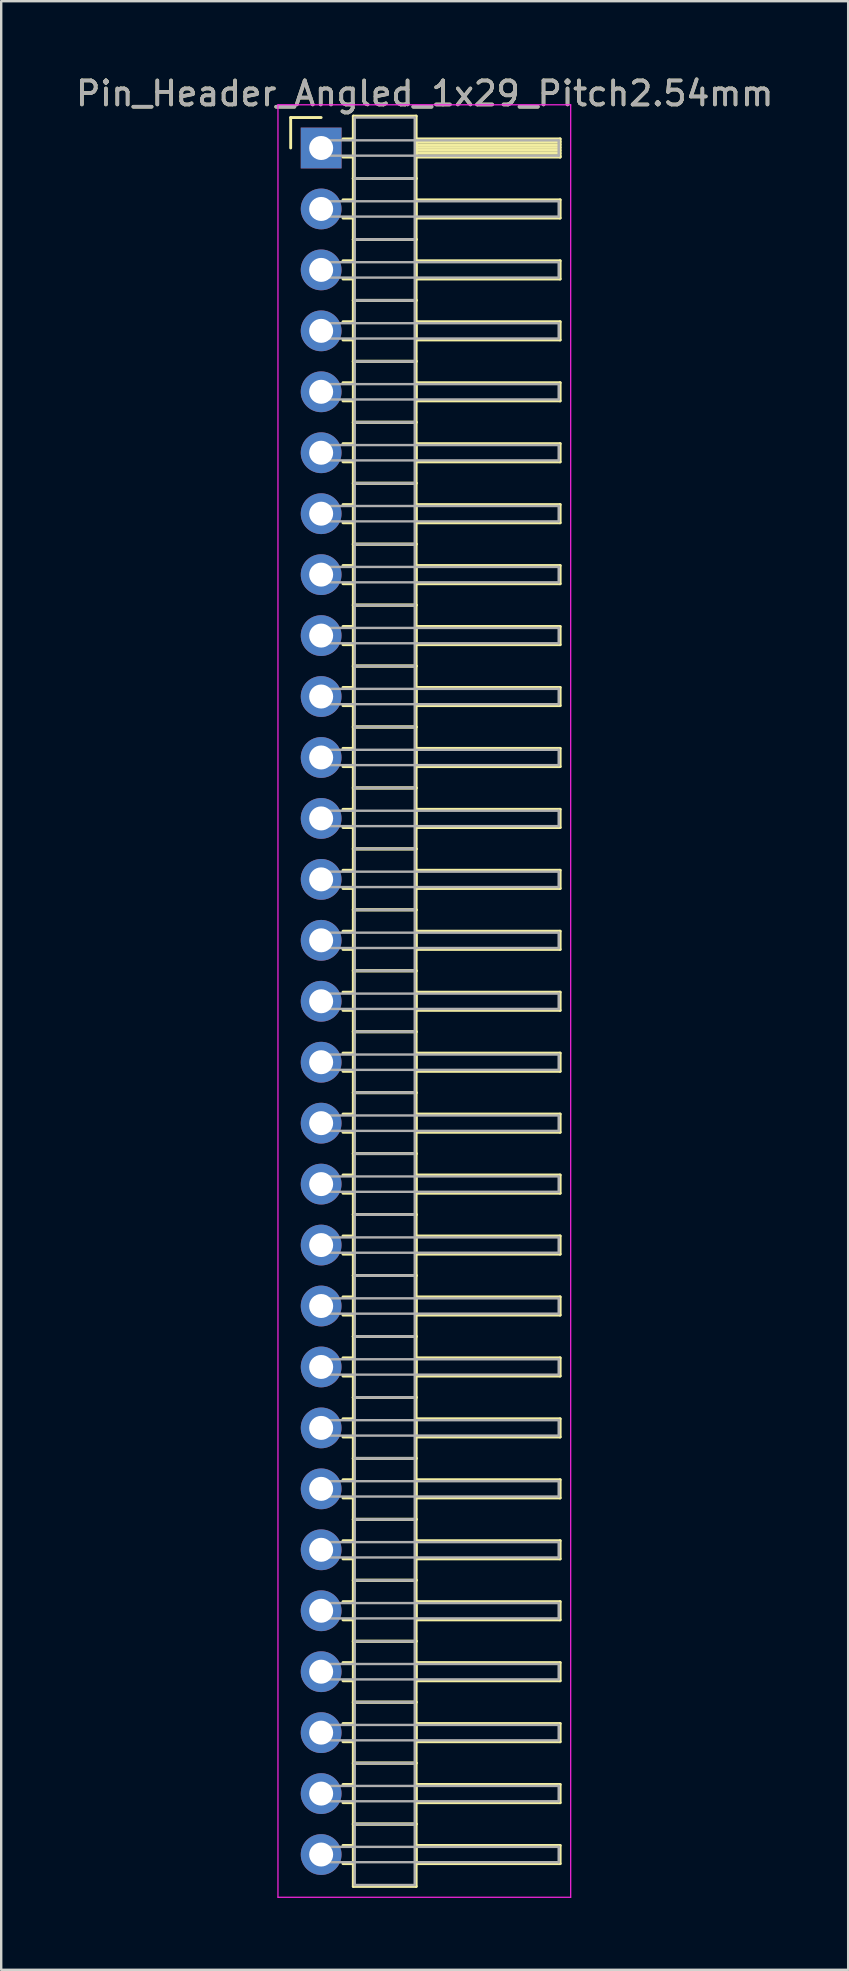
<source format=kicad_pcb>
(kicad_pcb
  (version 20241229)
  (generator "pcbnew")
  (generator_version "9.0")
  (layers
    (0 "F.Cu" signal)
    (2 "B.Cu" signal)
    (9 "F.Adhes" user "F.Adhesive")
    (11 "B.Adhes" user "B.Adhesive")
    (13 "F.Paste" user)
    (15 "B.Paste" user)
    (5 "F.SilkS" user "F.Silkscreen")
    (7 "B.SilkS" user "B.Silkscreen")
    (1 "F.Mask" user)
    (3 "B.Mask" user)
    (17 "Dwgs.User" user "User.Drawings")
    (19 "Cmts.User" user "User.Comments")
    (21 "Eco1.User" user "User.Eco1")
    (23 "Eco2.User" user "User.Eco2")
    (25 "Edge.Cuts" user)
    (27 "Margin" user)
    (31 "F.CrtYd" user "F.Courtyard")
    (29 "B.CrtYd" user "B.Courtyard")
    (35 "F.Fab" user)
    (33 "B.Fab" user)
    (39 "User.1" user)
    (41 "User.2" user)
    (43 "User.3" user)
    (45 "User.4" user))
  (footprint "Pin_Header_Angled_1x29_Pitch2.54mm"
    (layer "F.Cu")
    (at 10.334 3.118)
    (property "Reference" "Pin_Header_Angled_1x29_Pitch2.54mm" (at 4.315 -2.27 0) (layer "F.SilkS") (effects (font (size 1 1) (thickness 0.15))))
    (attr through_hole)
    (fp_line (start -1.27 -1.27) (end 0 -1.27) (stroke (width 0.12) (type solid)) (layer "F.SilkS"))
    (fp_line (start -1.27 0) (end -1.27 -1.27) (stroke (width 0.12) (type solid)) (layer "F.SilkS"))
    (fp_line (start 0.91 -0.38) (end 1.34 -0.38) (stroke (width 0.12) (type solid)) (layer "F.SilkS"))
    (fp_line (start 0.91 0.38) (end 1.34 0.38) (stroke (width 0.12) (type solid)) (layer "F.SilkS"))
    (fp_line (start 0.91 2.16) (end 1.34 2.16) (stroke (width 0.12) (type solid)) (layer "F.SilkS"))
    (fp_line (start 0.91 2.92) (end 1.34 2.92) (stroke (width 0.12) (type solid)) (layer "F.SilkS"))
    (fp_line (start 0.91 4.7) (end 1.34 4.7) (stroke (width 0.12) (type solid)) (layer "F.SilkS"))
    (fp_line (start 0.91 5.46) (end 1.34 5.46) (stroke (width 0.12) (type solid)) (layer "F.SilkS"))
    (fp_line (start 0.91 7.24) (end 1.34 7.24) (stroke (width 0.12) (type solid)) (layer "F.SilkS"))
    (fp_line (start 0.91 8) (end 1.34 8) (stroke (width 0.12) (type solid)) (layer "F.SilkS"))
    (fp_line (start 0.91 9.78) (end 1.34 9.78) (stroke (width 0.12) (type solid)) (layer "F.SilkS"))
    (fp_line (start 0.91 10.54) (end 1.34 10.54) (stroke (width 0.12) (type solid)) (layer "F.SilkS"))
    (fp_line (start 0.91 12.32) (end 1.34 12.32) (stroke (width 0.12) (type solid)) (layer "F.SilkS"))
    (fp_line (start 0.91 13.08) (end 1.34 13.08) (stroke (width 0.12) (type solid)) (layer "F.SilkS"))
    (fp_line (start 0.91 14.86) (end 1.34 14.86) (stroke (width 0.12) (type solid)) (layer "F.SilkS"))
    (fp_line (start 0.91 15.62) (end 1.34 15.62) (stroke (width 0.12) (type solid)) (layer "F.SilkS"))
    (fp_line (start 0.91 17.4) (end 1.34 17.4) (stroke (width 0.12) (type solid)) (layer "F.SilkS"))
    (fp_line (start 0.91 18.16) (end 1.34 18.16) (stroke (width 0.12) (type solid)) (layer "F.SilkS"))
    (fp_line (start 0.91 19.94) (end 1.34 19.94) (stroke (width 0.12) (type solid)) (layer "F.SilkS"))
    (fp_line (start 0.91 20.7) (end 1.34 20.7) (stroke (width 0.12) (type solid)) (layer "F.SilkS"))
    (fp_line (start 0.91 22.48) (end 1.34 22.48) (stroke (width 0.12) (type solid)) (layer "F.SilkS"))
    (fp_line (start 0.91 23.24) (end 1.34 23.24) (stroke (width 0.12) (type solid)) (layer "F.SilkS"))
    (fp_line (start 0.91 25.02) (end 1.34 25.02) (stroke (width 0.12) (type solid)) (layer "F.SilkS"))
    (fp_line (start 0.91 25.78) (end 1.34 25.78) (stroke (width 0.12) (type solid)) (layer "F.SilkS"))
    (fp_line (start 0.91 27.56) (end 1.34 27.56) (stroke (width 0.12) (type solid)) (layer "F.SilkS"))
    (fp_line (start 0.91 28.32) (end 1.34 28.32) (stroke (width 0.12) (type solid)) (layer "F.SilkS"))
    (fp_line (start 0.91 30.1) (end 1.34 30.1) (stroke (width 0.12) (type solid)) (layer "F.SilkS"))
    (fp_line (start 0.91 30.86) (end 1.34 30.86) (stroke (width 0.12) (type solid)) (layer "F.SilkS"))
    (fp_line (start 0.91 32.64) (end 1.34 32.64) (stroke (width 0.12) (type solid)) (layer "F.SilkS"))
    (fp_line (start 0.91 33.4) (end 1.34 33.4) (stroke (width 0.12) (type solid)) (layer "F.SilkS"))
    (fp_line (start 0.91 35.18) (end 1.34 35.18) (stroke (width 0.12) (type solid)) (layer "F.SilkS"))
    (fp_line (start 0.91 35.94) (end 1.34 35.94) (stroke (width 0.12) (type solid)) (layer "F.SilkS"))
    (fp_line (start 0.91 37.72) (end 1.34 37.72) (stroke (width 0.12) (type solid)) (layer "F.SilkS"))
    (fp_line (start 0.91 38.48) (end 1.34 38.48) (stroke (width 0.12) (type solid)) (layer "F.SilkS"))
    (fp_line (start 0.91 40.26) (end 1.34 40.26) (stroke (width 0.12) (type solid)) (layer "F.SilkS"))
    (fp_line (start 0.91 41.02) (end 1.34 41.02) (stroke (width 0.12) (type solid)) (layer "F.SilkS"))
    (fp_line (start 0.91 42.8) (end 1.34 42.8) (stroke (width 0.12) (type solid)) (layer "F.SilkS"))
    (fp_line (start 0.91 43.56) (end 1.34 43.56) (stroke (width 0.12) (type solid)) (layer "F.SilkS"))
    (fp_line (start 0.91 45.34) (end 1.34 45.34) (stroke (width 0.12) (type solid)) (layer "F.SilkS"))
    (fp_line (start 0.91 46.1) (end 1.34 46.1) (stroke (width 0.12) (type solid)) (layer "F.SilkS"))
    (fp_line (start 0.91 47.88) (end 1.34 47.88) (stroke (width 0.12) (type solid)) (layer "F.SilkS"))
    (fp_line (start 0.91 48.64) (end 1.34 48.64) (stroke (width 0.12) (type solid)) (layer "F.SilkS"))
    (fp_line (start 0.91 50.42) (end 1.34 50.42) (stroke (width 0.12) (type solid)) (layer "F.SilkS"))
    (fp_line (start 0.91 51.18) (end 1.34 51.18) (stroke (width 0.12) (type solid)) (layer "F.SilkS"))
    (fp_line (start 0.91 52.96) (end 1.34 52.96) (stroke (width 0.12) (type solid)) (layer "F.SilkS"))
    (fp_line (start 0.91 53.72) (end 1.34 53.72) (stroke (width 0.12) (type solid)) (layer "F.SilkS"))
    (fp_line (start 0.91 55.5) (end 1.34 55.5) (stroke (width 0.12) (type solid)) (layer "F.SilkS"))
    (fp_line (start 0.91 56.26) (end 1.34 56.26) (stroke (width 0.12) (type solid)) (layer "F.SilkS"))
    (fp_line (start 0.91 58.04) (end 1.34 58.04) (stroke (width 0.12) (type solid)) (layer "F.SilkS"))
    (fp_line (start 0.91 58.8) (end 1.34 58.8) (stroke (width 0.12) (type solid)) (layer "F.SilkS"))
    (fp_line (start 0.91 60.58) (end 1.34 60.58) (stroke (width 0.12) (type solid)) (layer "F.SilkS"))
    (fp_line (start 0.91 61.34) (end 1.34 61.34) (stroke (width 0.12) (type solid)) (layer "F.SilkS"))
    (fp_line (start 0.91 63.12) (end 1.34 63.12) (stroke (width 0.12) (type solid)) (layer "F.SilkS"))
    (fp_line (start 0.91 63.88) (end 1.34 63.88) (stroke (width 0.12) (type solid)) (layer "F.SilkS"))
    (fp_line (start 0.91 65.66) (end 1.34 65.66) (stroke (width 0.12) (type solid)) (layer "F.SilkS"))
    (fp_line (start 0.91 66.42) (end 1.34 66.42) (stroke (width 0.12) (type solid)) (layer "F.SilkS"))
    (fp_line (start 0.91 68.2) (end 1.34 68.2) (stroke (width 0.12) (type solid)) (layer "F.SilkS"))
    (fp_line (start 0.91 68.96) (end 1.34 68.96) (stroke (width 0.12) (type solid)) (layer "F.SilkS"))
    (fp_line (start 0.91 70.74) (end 1.34 70.74) (stroke (width 0.12) (type solid)) (layer "F.SilkS"))
    (fp_line (start 0.91 71.5) (end 1.34 71.5) (stroke (width 0.12) (type solid)) (layer "F.SilkS"))
    (fp_line (start 1.34 -1.33) (end 1.34 1.27) (stroke (width 0.12) (type solid)) (layer "F.SilkS"))
    (fp_line (start 1.34 1.27) (end 1.34 3.81) (stroke (width 0.12) (type solid)) (layer "F.SilkS"))
    (fp_line (start 1.34 1.27) (end 3.96 1.27) (stroke (width 0.12) (type solid)) (layer "F.SilkS"))
    (fp_line (start 1.34 3.81) (end 1.34 6.35) (stroke (width 0.12) (type solid)) (layer "F.SilkS"))
    (fp_line (start 1.34 3.81) (end 3.96 3.81) (stroke (width 0.12) (type solid)) (layer "F.SilkS"))
    (fp_line (start 1.34 6.35) (end 1.34 8.89) (stroke (width 0.12) (type solid)) (layer "F.SilkS"))
    (fp_line (start 1.34 6.35) (end 3.96 6.35) (stroke (width 0.12) (type solid)) (layer "F.SilkS"))
    (fp_line (start 1.34 8.89) (end 1.34 11.43) (stroke (width 0.12) (type solid)) (layer "F.SilkS"))
    (fp_line (start 1.34 8.89) (end 3.96 8.89) (stroke (width 0.12) (type solid)) (layer "F.SilkS"))
    (fp_line (start 1.34 11.43) (end 1.34 13.97) (stroke (width 0.12) (type solid)) (layer "F.SilkS"))
    (fp_line (start 1.34 11.43) (end 3.96 11.43) (stroke (width 0.12) (type solid)) (layer "F.SilkS"))
    (fp_line (start 1.34 13.97) (end 1.34 16.51) (stroke (width 0.12) (type solid)) (layer "F.SilkS"))
    (fp_line (start 1.34 13.97) (end 3.96 13.97) (stroke (width 0.12) (type solid)) (layer "F.SilkS"))
    (fp_line (start 1.34 16.51) (end 1.34 19.05) (stroke (width 0.12) (type solid)) (layer "F.SilkS"))
    (fp_line (start 1.34 16.51) (end 3.96 16.51) (stroke (width 0.12) (type solid)) (layer "F.SilkS"))
    (fp_line (start 1.34 19.05) (end 1.34 21.59) (stroke (width 0.12) (type solid)) (layer "F.SilkS"))
    (fp_line (start 1.34 19.05) (end 3.96 19.05) (stroke (width 0.12) (type solid)) (layer "F.SilkS"))
    (fp_line (start 1.34 21.59) (end 1.34 24.13) (stroke (width 0.12) (type solid)) (layer "F.SilkS"))
    (fp_line (start 1.34 21.59) (end 3.96 21.59) (stroke (width 0.12) (type solid)) (layer "F.SilkS"))
    (fp_line (start 1.34 24.13) (end 1.34 26.67) (stroke (width 0.12) (type solid)) (layer "F.SilkS"))
    (fp_line (start 1.34 24.13) (end 3.96 24.13) (stroke (width 0.12) (type solid)) (layer "F.SilkS"))
    (fp_line (start 1.34 26.67) (end 1.34 29.21) (stroke (width 0.12) (type solid)) (layer "F.SilkS"))
    (fp_line (start 1.34 26.67) (end 3.96 26.67) (stroke (width 0.12) (type solid)) (layer "F.SilkS"))
    (fp_line (start 1.34 29.21) (end 1.34 31.75) (stroke (width 0.12) (type solid)) (layer "F.SilkS"))
    (fp_line (start 1.34 29.21) (end 3.96 29.21) (stroke (width 0.12) (type solid)) (layer "F.SilkS"))
    (fp_line (start 1.34 31.75) (end 1.34 34.29) (stroke (width 0.12) (type solid)) (layer "F.SilkS"))
    (fp_line (start 1.34 31.75) (end 3.96 31.75) (stroke (width 0.12) (type solid)) (layer "F.SilkS"))
    (fp_line (start 1.34 34.29) (end 1.34 36.83) (stroke (width 0.12) (type solid)) (layer "F.SilkS"))
    (fp_line (start 1.34 34.29) (end 3.96 34.29) (stroke (width 0.12) (type solid)) (layer "F.SilkS"))
    (fp_line (start 1.34 36.83) (end 1.34 39.37) (stroke (width 0.12) (type solid)) (layer "F.SilkS"))
    (fp_line (start 1.34 36.83) (end 3.96 36.83) (stroke (width 0.12) (type solid)) (layer "F.SilkS"))
    (fp_line (start 1.34 39.37) (end 1.34 41.91) (stroke (width 0.12) (type solid)) (layer "F.SilkS"))
    (fp_line (start 1.34 39.37) (end 3.96 39.37) (stroke (width 0.12) (type solid)) (layer "F.SilkS"))
    (fp_line (start 1.34 41.91) (end 1.34 44.45) (stroke (width 0.12) (type solid)) (layer "F.SilkS"))
    (fp_line (start 1.34 41.91) (end 3.96 41.91) (stroke (width 0.12) (type solid)) (layer "F.SilkS"))
    (fp_line (start 1.34 44.45) (end 1.34 46.99) (stroke (width 0.12) (type solid)) (layer "F.SilkS"))
    (fp_line (start 1.34 44.45) (end 3.96 44.45) (stroke (width 0.12) (type solid)) (layer "F.SilkS"))
    (fp_line (start 1.34 46.99) (end 1.34 49.53) (stroke (width 0.12) (type solid)) (layer "F.SilkS"))
    (fp_line (start 1.34 46.99) (end 3.96 46.99) (stroke (width 0.12) (type solid)) (layer "F.SilkS"))
    (fp_line (start 1.34 49.53) (end 1.34 52.07) (stroke (width 0.12) (type solid)) (layer "F.SilkS"))
    (fp_line (start 1.34 49.53) (end 3.96 49.53) (stroke (width 0.12) (type solid)) (layer "F.SilkS"))
    (fp_line (start 1.34 52.07) (end 1.34 54.61) (stroke (width 0.12) (type solid)) (layer "F.SilkS"))
    (fp_line (start 1.34 52.07) (end 3.96 52.07) (stroke (width 0.12) (type solid)) (layer "F.SilkS"))
    (fp_line (start 1.34 54.61) (end 1.34 57.15) (stroke (width 0.12) (type solid)) (layer "F.SilkS"))
    (fp_line (start 1.34 54.61) (end 3.96 54.61) (stroke (width 0.12) (type solid)) (layer "F.SilkS"))
    (fp_line (start 1.34 57.15) (end 1.34 59.69) (stroke (width 0.12) (type solid)) (layer "F.SilkS"))
    (fp_line (start 1.34 57.15) (end 3.96 57.15) (stroke (width 0.12) (type solid)) (layer "F.SilkS"))
    (fp_line (start 1.34 59.69) (end 1.34 62.23) (stroke (width 0.12) (type solid)) (layer "F.SilkS"))
    (fp_line (start 1.34 59.69) (end 3.96 59.69) (stroke (width 0.12) (type solid)) (layer "F.SilkS"))
    (fp_line (start 1.34 62.23) (end 1.34 64.77) (stroke (width 0.12) (type solid)) (layer "F.SilkS"))
    (fp_line (start 1.34 62.23) (end 3.96 62.23) (stroke (width 0.12) (type solid)) (layer "F.SilkS"))
    (fp_line (start 1.34 64.77) (end 1.34 67.31) (stroke (width 0.12) (type solid)) (layer "F.SilkS"))
    (fp_line (start 1.34 64.77) (end 3.96 64.77) (stroke (width 0.12) (type solid)) (layer "F.SilkS"))
    (fp_line (start 1.34 67.31) (end 1.34 69.85) (stroke (width 0.12) (type solid)) (layer "F.SilkS"))
    (fp_line (start 1.34 67.31) (end 3.96 67.31) (stroke (width 0.12) (type solid)) (layer "F.SilkS"))
    (fp_line (start 1.34 69.85) (end 1.34 72.45) (stroke (width 0.12) (type solid)) (layer "F.SilkS"))
    (fp_line (start 1.34 69.85) (end 3.96 69.85) (stroke (width 0.12) (type solid)) (layer "F.SilkS"))
    (fp_line (start 1.34 72.45) (end 3.96 72.45) (stroke (width 0.12) (type solid)) (layer "F.SilkS"))
    (fp_line (start 3.96 -1.33) (end 1.34 -1.33) (stroke (width 0.12) (type solid)) (layer "F.SilkS"))
    (fp_line (start 3.96 -0.38) (end 3.96 0.38) (stroke (width 0.12) (type solid)) (layer "F.SilkS"))
    (fp_line (start 3.96 -0.26) (end 9.96 -0.26) (stroke (width 0.12) (type solid)) (layer "F.SilkS"))
    (fp_line (start 3.96 -0.14) (end 9.96 -0.14) (stroke (width 0.12) (type solid)) (layer "F.SilkS"))
    (fp_line (start 3.96 -0.02) (end 9.96 -0.02) (stroke (width 0.12) (type solid)) (layer "F.SilkS"))
    (fp_line (start 3.96 0.1) (end 9.96 0.1) (stroke (width 0.12) (type solid)) (layer "F.SilkS"))
    (fp_line (start 3.96 0.22) (end 9.96 0.22) (stroke (width 0.12) (type solid)) (layer "F.SilkS"))
    (fp_line (start 3.96 0.34) (end 9.96 0.34) (stroke (width 0.12) (type solid)) (layer "F.SilkS"))
    (fp_line (start 3.96 0.38) (end 9.96 0.38) (stroke (width 0.12) (type solid)) (layer "F.SilkS"))
    (fp_line (start 3.96 1.27) (end 1.34 1.27) (stroke (width 0.12) (type solid)) (layer "F.SilkS"))
    (fp_line (start 3.96 1.27) (end 3.96 -1.33) (stroke (width 0.12) (type solid)) (layer "F.SilkS"))
    (fp_line (start 3.96 2.16) (end 3.96 2.92) (stroke (width 0.12) (type solid)) (layer "F.SilkS"))
    (fp_line (start 3.96 2.92) (end 9.96 2.92) (stroke (width 0.12) (type solid)) (layer "F.SilkS"))
    (fp_line (start 3.96 3.81) (end 1.34 3.81) (stroke (width 0.12) (type solid)) (layer "F.SilkS"))
    (fp_line (start 3.96 3.81) (end 3.96 1.27) (stroke (width 0.12) (type solid)) (layer "F.SilkS"))
    (fp_line (start 3.96 4.7) (end 3.96 5.46) (stroke (width 0.12) (type solid)) (layer "F.SilkS"))
    (fp_line (start 3.96 5.46) (end 9.96 5.46) (stroke (width 0.12) (type solid)) (layer "F.SilkS"))
    (fp_line (start 3.96 6.35) (end 1.34 6.35) (stroke (width 0.12) (type solid)) (layer "F.SilkS"))
    (fp_line (start 3.96 6.35) (end 3.96 3.81) (stroke (width 0.12) (type solid)) (layer "F.SilkS"))
    (fp_line (start 3.96 7.24) (end 3.96 8) (stroke (width 0.12) (type solid)) (layer "F.SilkS"))
    (fp_line (start 3.96 8) (end 9.96 8) (stroke (width 0.12) (type solid)) (layer "F.SilkS"))
    (fp_line (start 3.96 8.89) (end 1.34 8.89) (stroke (width 0.12) (type solid)) (layer "F.SilkS"))
    (fp_line (start 3.96 8.89) (end 3.96 6.35) (stroke (width 0.12) (type solid)) (layer "F.SilkS"))
    (fp_line (start 3.96 9.78) (end 3.96 10.54) (stroke (width 0.12) (type solid)) (layer "F.SilkS"))
    (fp_line (start 3.96 10.54) (end 9.96 10.54) (stroke (width 0.12) (type solid)) (layer "F.SilkS"))
    (fp_line (start 3.96 11.43) (end 1.34 11.43) (stroke (width 0.12) (type solid)) (layer "F.SilkS"))
    (fp_line (start 3.96 11.43) (end 3.96 8.89) (stroke (width 0.12) (type solid)) (layer "F.SilkS"))
    (fp_line (start 3.96 12.32) (end 3.96 13.08) (stroke (width 0.12) (type solid)) (layer "F.SilkS"))
    (fp_line (start 3.96 13.08) (end 9.96 13.08) (stroke (width 0.12) (type solid)) (layer "F.SilkS"))
    (fp_line (start 3.96 13.97) (end 1.34 13.97) (stroke (width 0.12) (type solid)) (layer "F.SilkS"))
    (fp_line (start 3.96 13.97) (end 3.96 11.43) (stroke (width 0.12) (type solid)) (layer "F.SilkS"))
    (fp_line (start 3.96 14.86) (end 3.96 15.62) (stroke (width 0.12) (type solid)) (layer "F.SilkS"))
    (fp_line (start 3.96 15.62) (end 9.96 15.62) (stroke (width 0.12) (type solid)) (layer "F.SilkS"))
    (fp_line (start 3.96 16.51) (end 1.34 16.51) (stroke (width 0.12) (type solid)) (layer "F.SilkS"))
    (fp_line (start 3.96 16.51) (end 3.96 13.97) (stroke (width 0.12) (type solid)) (layer "F.SilkS"))
    (fp_line (start 3.96 17.4) (end 3.96 18.16) (stroke (width 0.12) (type solid)) (layer "F.SilkS"))
    (fp_line (start 3.96 18.16) (end 9.96 18.16) (stroke (width 0.12) (type solid)) (layer "F.SilkS"))
    (fp_line (start 3.96 19.05) (end 1.34 19.05) (stroke (width 0.12) (type solid)) (layer "F.SilkS"))
    (fp_line (start 3.96 19.05) (end 3.96 16.51) (stroke (width 0.12) (type solid)) (layer "F.SilkS"))
    (fp_line (start 3.96 19.94) (end 3.96 20.7) (stroke (width 0.12) (type solid)) (layer "F.SilkS"))
    (fp_line (start 3.96 20.7) (end 9.96 20.7) (stroke (width 0.12) (type solid)) (layer "F.SilkS"))
    (fp_line (start 3.96 21.59) (end 1.34 21.59) (stroke (width 0.12) (type solid)) (layer "F.SilkS"))
    (fp_line (start 3.96 21.59) (end 3.96 19.05) (stroke (width 0.12) (type solid)) (layer "F.SilkS"))
    (fp_line (start 3.96 22.48) (end 3.96 23.24) (stroke (width 0.12) (type solid)) (layer "F.SilkS"))
    (fp_line (start 3.96 23.24) (end 9.96 23.24) (stroke (width 0.12) (type solid)) (layer "F.SilkS"))
    (fp_line (start 3.96 24.13) (end 1.34 24.13) (stroke (width 0.12) (type solid)) (layer "F.SilkS"))
    (fp_line (start 3.96 24.13) (end 3.96 21.59) (stroke (width 0.12) (type solid)) (layer "F.SilkS"))
    (fp_line (start 3.96 25.02) (end 3.96 25.78) (stroke (width 0.12) (type solid)) (layer "F.SilkS"))
    (fp_line (start 3.96 25.78) (end 9.96 25.78) (stroke (width 0.12) (type solid)) (layer "F.SilkS"))
    (fp_line (start 3.96 26.67) (end 1.34 26.67) (stroke (width 0.12) (type solid)) (layer "F.SilkS"))
    (fp_line (start 3.96 26.67) (end 3.96 24.13) (stroke (width 0.12) (type solid)) (layer "F.SilkS"))
    (fp_line (start 3.96 27.56) (end 3.96 28.32) (stroke (width 0.12) (type solid)) (layer "F.SilkS"))
    (fp_line (start 3.96 28.32) (end 9.96 28.32) (stroke (width 0.12) (type solid)) (layer "F.SilkS"))
    (fp_line (start 3.96 29.21) (end 1.34 29.21) (stroke (width 0.12) (type solid)) (layer "F.SilkS"))
    (fp_line (start 3.96 29.21) (end 3.96 26.67) (stroke (width 0.12) (type solid)) (layer "F.SilkS"))
    (fp_line (start 3.96 30.1) (end 3.96 30.86) (stroke (width 0.12) (type solid)) (layer "F.SilkS"))
    (fp_line (start 3.96 30.86) (end 9.96 30.86) (stroke (width 0.12) (type solid)) (layer "F.SilkS"))
    (fp_line (start 3.96 31.75) (end 1.34 31.75) (stroke (width 0.12) (type solid)) (layer "F.SilkS"))
    (fp_line (start 3.96 31.75) (end 3.96 29.21) (stroke (width 0.12) (type solid)) (layer "F.SilkS"))
    (fp_line (start 3.96 32.64) (end 3.96 33.4) (stroke (width 0.12) (type solid)) (layer "F.SilkS"))
    (fp_line (start 3.96 33.4) (end 9.96 33.4) (stroke (width 0.12) (type solid)) (layer "F.SilkS"))
    (fp_line (start 3.96 34.29) (end 1.34 34.29) (stroke (width 0.12) (type solid)) (layer "F.SilkS"))
    (fp_line (start 3.96 34.29) (end 3.96 31.75) (stroke (width 0.12) (type solid)) (layer "F.SilkS"))
    (fp_line (start 3.96 35.18) (end 3.96 35.94) (stroke (width 0.12) (type solid)) (layer "F.SilkS"))
    (fp_line (start 3.96 35.94) (end 9.96 35.94) (stroke (width 0.12) (type solid)) (layer "F.SilkS"))
    (fp_line (start 3.96 36.83) (end 1.34 36.83) (stroke (width 0.12) (type solid)) (layer "F.SilkS"))
    (fp_line (start 3.96 36.83) (end 3.96 34.29) (stroke (width 0.12) (type solid)) (layer "F.SilkS"))
    (fp_line (start 3.96 37.72) (end 3.96 38.48) (stroke (width 0.12) (type solid)) (layer "F.SilkS"))
    (fp_line (start 3.96 38.48) (end 9.96 38.48) (stroke (width 0.12) (type solid)) (layer "F.SilkS"))
    (fp_line (start 3.96 39.37) (end 1.34 39.37) (stroke (width 0.12) (type solid)) (layer "F.SilkS"))
    (fp_line (start 3.96 39.37) (end 3.96 36.83) (stroke (width 0.12) (type solid)) (layer "F.SilkS"))
    (fp_line (start 3.96 40.26) (end 3.96 41.02) (stroke (width 0.12) (type solid)) (layer "F.SilkS"))
    (fp_line (start 3.96 41.02) (end 9.96 41.02) (stroke (width 0.12) (type solid)) (layer "F.SilkS"))
    (fp_line (start 3.96 41.91) (end 1.34 41.91) (stroke (width 0.12) (type solid)) (layer "F.SilkS"))
    (fp_line (start 3.96 41.91) (end 3.96 39.37) (stroke (width 0.12) (type solid)) (layer "F.SilkS"))
    (fp_line (start 3.96 42.8) (end 3.96 43.56) (stroke (width 0.12) (type solid)) (layer "F.SilkS"))
    (fp_line (start 3.96 43.56) (end 9.96 43.56) (stroke (width 0.12) (type solid)) (layer "F.SilkS"))
    (fp_line (start 3.96 44.45) (end 1.34 44.45) (stroke (width 0.12) (type solid)) (layer "F.SilkS"))
    (fp_line (start 3.96 44.45) (end 3.96 41.91) (stroke (width 0.12) (type solid)) (layer "F.SilkS"))
    (fp_line (start 3.96 45.34) (end 3.96 46.1) (stroke (width 0.12) (type solid)) (layer "F.SilkS"))
    (fp_line (start 3.96 46.1) (end 9.96 46.1) (stroke (width 0.12) (type solid)) (layer "F.SilkS"))
    (fp_line (start 3.96 46.99) (end 1.34 46.99) (stroke (width 0.12) (type solid)) (layer "F.SilkS"))
    (fp_line (start 3.96 46.99) (end 3.96 44.45) (stroke (width 0.12) (type solid)) (layer "F.SilkS"))
    (fp_line (start 3.96 47.88) (end 3.96 48.64) (stroke (width 0.12) (type solid)) (layer "F.SilkS"))
    (fp_line (start 3.96 48.64) (end 9.96 48.64) (stroke (width 0.12) (type solid)) (layer "F.SilkS"))
    (fp_line (start 3.96 49.53) (end 1.34 49.53) (stroke (width 0.12) (type solid)) (layer "F.SilkS"))
    (fp_line (start 3.96 49.53) (end 3.96 46.99) (stroke (width 0.12) (type solid)) (layer "F.SilkS"))
    (fp_line (start 3.96 50.42) (end 3.96 51.18) (stroke (width 0.12) (type solid)) (layer "F.SilkS"))
    (fp_line (start 3.96 51.18) (end 9.96 51.18) (stroke (width 0.12) (type solid)) (layer "F.SilkS"))
    (fp_line (start 3.96 52.07) (end 1.34 52.07) (stroke (width 0.12) (type solid)) (layer "F.SilkS"))
    (fp_line (start 3.96 52.07) (end 3.96 49.53) (stroke (width 0.12) (type solid)) (layer "F.SilkS"))
    (fp_line (start 3.96 52.96) (end 3.96 53.72) (stroke (width 0.12) (type solid)) (layer "F.SilkS"))
    (fp_line (start 3.96 53.72) (end 9.96 53.72) (stroke (width 0.12) (type solid)) (layer "F.SilkS"))
    (fp_line (start 3.96 54.61) (end 1.34 54.61) (stroke (width 0.12) (type solid)) (layer "F.SilkS"))
    (fp_line (start 3.96 54.61) (end 3.96 52.07) (stroke (width 0.12) (type solid)) (layer "F.SilkS"))
    (fp_line (start 3.96 55.5) (end 3.96 56.26) (stroke (width 0.12) (type solid)) (layer "F.SilkS"))
    (fp_line (start 3.96 56.26) (end 9.96 56.26) (stroke (width 0.12) (type solid)) (layer "F.SilkS"))
    (fp_line (start 3.96 57.15) (end 1.34 57.15) (stroke (width 0.12) (type solid)) (layer "F.SilkS"))
    (fp_line (start 3.96 57.15) (end 3.96 54.61) (stroke (width 0.12) (type solid)) (layer "F.SilkS"))
    (fp_line (start 3.96 58.04) (end 3.96 58.8) (stroke (width 0.12) (type solid)) (layer "F.SilkS"))
    (fp_line (start 3.96 58.8) (end 9.96 58.8) (stroke (width 0.12) (type solid)) (layer "F.SilkS"))
    (fp_line (start 3.96 59.69) (end 1.34 59.69) (stroke (width 0.12) (type solid)) (layer "F.SilkS"))
    (fp_line (start 3.96 59.69) (end 3.96 57.15) (stroke (width 0.12) (type solid)) (layer "F.SilkS"))
    (fp_line (start 3.96 60.58) (end 3.96 61.34) (stroke (width 0.12) (type solid)) (layer "F.SilkS"))
    (fp_line (start 3.96 61.34) (end 9.96 61.34) (stroke (width 0.12) (type solid)) (layer "F.SilkS"))
    (fp_line (start 3.96 62.23) (end 1.34 62.23) (stroke (width 0.12) (type solid)) (layer "F.SilkS"))
    (fp_line (start 3.96 62.23) (end 3.96 59.69) (stroke (width 0.12) (type solid)) (layer "F.SilkS"))
    (fp_line (start 3.96 63.12) (end 3.96 63.88) (stroke (width 0.12) (type solid)) (layer "F.SilkS"))
    (fp_line (start 3.96 63.88) (end 9.96 63.88) (stroke (width 0.12) (type solid)) (layer "F.SilkS"))
    (fp_line (start 3.96 64.77) (end 1.34 64.77) (stroke (width 0.12) (type solid)) (layer "F.SilkS"))
    (fp_line (start 3.96 64.77) (end 3.96 62.23) (stroke (width 0.12) (type solid)) (layer "F.SilkS"))
    (fp_line (start 3.96 65.66) (end 3.96 66.42) (stroke (width 0.12) (type solid)) (layer "F.SilkS"))
    (fp_line (start 3.96 66.42) (end 9.96 66.42) (stroke (width 0.12) (type solid)) (layer "F.SilkS"))
    (fp_line (start 3.96 67.31) (end 1.34 67.31) (stroke (width 0.12) (type solid)) (layer "F.SilkS"))
    (fp_line (start 3.96 67.31) (end 3.96 64.77) (stroke (width 0.12) (type solid)) (layer "F.SilkS"))
    (fp_line (start 3.96 68.2) (end 3.96 68.96) (stroke (width 0.12) (type solid)) (layer "F.SilkS"))
    (fp_line (start 3.96 68.96) (end 9.96 68.96) (stroke (width 0.12) (type solid)) (layer "F.SilkS"))
    (fp_line (start 3.96 69.85) (end 1.34 69.85) (stroke (width 0.12) (type solid)) (layer "F.SilkS"))
    (fp_line (start 3.96 69.85) (end 3.96 67.31) (stroke (width 0.12) (type solid)) (layer "F.SilkS"))
    (fp_line (start 3.96 70.74) (end 3.96 71.5) (stroke (width 0.12) (type solid)) (layer "F.SilkS"))
    (fp_line (start 3.96 71.5) (end 9.96 71.5) (stroke (width 0.12) (type solid)) (layer "F.SilkS"))
    (fp_line (start 3.96 72.45) (end 3.96 69.85) (stroke (width 0.12) (type solid)) (layer "F.SilkS"))
    (fp_line (start 9.96 -0.38) (end 3.96 -0.38) (stroke (width 0.12) (type solid)) (layer "F.SilkS"))
    (fp_line (start 9.96 0.38) (end 9.96 -0.38) (stroke (width 0.12) (type solid)) (layer "F.SilkS"))
    (fp_line (start 9.96 2.16) (end 3.96 2.16) (stroke (width 0.12) (type solid)) (layer "F.SilkS"))
    (fp_line (start 9.96 2.92) (end 9.96 2.16) (stroke (width 0.12) (type solid)) (layer "F.SilkS"))
    (fp_line (start 9.96 4.7) (end 3.96 4.7) (stroke (width 0.12) (type solid)) (layer "F.SilkS"))
    (fp_line (start 9.96 5.46) (end 9.96 4.7) (stroke (width 0.12) (type solid)) (layer "F.SilkS"))
    (fp_line (start 9.96 7.24) (end 3.96 7.24) (stroke (width 0.12) (type solid)) (layer "F.SilkS"))
    (fp_line (start 9.96 8) (end 9.96 7.24) (stroke (width 0.12) (type solid)) (layer "F.SilkS"))
    (fp_line (start 9.96 9.78) (end 3.96 9.78) (stroke (width 0.12) (type solid)) (layer "F.SilkS"))
    (fp_line (start 9.96 10.54) (end 9.96 9.78) (stroke (width 0.12) (type solid)) (layer "F.SilkS"))
    (fp_line (start 9.96 12.32) (end 3.96 12.32) (stroke (width 0.12) (type solid)) (layer "F.SilkS"))
    (fp_line (start 9.96 13.08) (end 9.96 12.32) (stroke (width 0.12) (type solid)) (layer "F.SilkS"))
    (fp_line (start 9.96 14.86) (end 3.96 14.86) (stroke (width 0.12) (type solid)) (layer "F.SilkS"))
    (fp_line (start 9.96 15.62) (end 9.96 14.86) (stroke (width 0.12) (type solid)) (layer "F.SilkS"))
    (fp_line (start 9.96 17.4) (end 3.96 17.4) (stroke (width 0.12) (type solid)) (layer "F.SilkS"))
    (fp_line (start 9.96 18.16) (end 9.96 17.4) (stroke (width 0.12) (type solid)) (layer "F.SilkS"))
    (fp_line (start 9.96 19.94) (end 3.96 19.94) (stroke (width 0.12) (type solid)) (layer "F.SilkS"))
    (fp_line (start 9.96 20.7) (end 9.96 19.94) (stroke (width 0.12) (type solid)) (layer "F.SilkS"))
    (fp_line (start 9.96 22.48) (end 3.96 22.48) (stroke (width 0.12) (type solid)) (layer "F.SilkS"))
    (fp_line (start 9.96 23.24) (end 9.96 22.48) (stroke (width 0.12) (type solid)) (layer "F.SilkS"))
    (fp_line (start 9.96 25.02) (end 3.96 25.02) (stroke (width 0.12) (type solid)) (layer "F.SilkS"))
    (fp_line (start 9.96 25.78) (end 9.96 25.02) (stroke (width 0.12) (type solid)) (layer "F.SilkS"))
    (fp_line (start 9.96 27.56) (end 3.96 27.56) (stroke (width 0.12) (type solid)) (layer "F.SilkS"))
    (fp_line (start 9.96 28.32) (end 9.96 27.56) (stroke (width 0.12) (type solid)) (layer "F.SilkS"))
    (fp_line (start 9.96 30.1) (end 3.96 30.1) (stroke (width 0.12) (type solid)) (layer "F.SilkS"))
    (fp_line (start 9.96 30.86) (end 9.96 30.1) (stroke (width 0.12) (type solid)) (layer "F.SilkS"))
    (fp_line (start 9.96 32.64) (end 3.96 32.64) (stroke (width 0.12) (type solid)) (layer "F.SilkS"))
    (fp_line (start 9.96 33.4) (end 9.96 32.64) (stroke (width 0.12) (type solid)) (layer "F.SilkS"))
    (fp_line (start 9.96 35.18) (end 3.96 35.18) (stroke (width 0.12) (type solid)) (layer "F.SilkS"))
    (fp_line (start 9.96 35.94) (end 9.96 35.18) (stroke (width 0.12) (type solid)) (layer "F.SilkS"))
    (fp_line (start 9.96 37.72) (end 3.96 37.72) (stroke (width 0.12) (type solid)) (layer "F.SilkS"))
    (fp_line (start 9.96 38.48) (end 9.96 37.72) (stroke (width 0.12) (type solid)) (layer "F.SilkS"))
    (fp_line (start 9.96 40.26) (end 3.96 40.26) (stroke (width 0.12) (type solid)) (layer "F.SilkS"))
    (fp_line (start 9.96 41.02) (end 9.96 40.26) (stroke (width 0.12) (type solid)) (layer "F.SilkS"))
    (fp_line (start 9.96 42.8) (end 3.96 42.8) (stroke (width 0.12) (type solid)) (layer "F.SilkS"))
    (fp_line (start 9.96 43.56) (end 9.96 42.8) (stroke (width 0.12) (type solid)) (layer "F.SilkS"))
    (fp_line (start 9.96 45.34) (end 3.96 45.34) (stroke (width 0.12) (type solid)) (layer "F.SilkS"))
    (fp_line (start 9.96 46.1) (end 9.96 45.34) (stroke (width 0.12) (type solid)) (layer "F.SilkS"))
    (fp_line (start 9.96 47.88) (end 3.96 47.88) (stroke (width 0.12) (type solid)) (layer "F.SilkS"))
    (fp_line (start 9.96 48.64) (end 9.96 47.88) (stroke (width 0.12) (type solid)) (layer "F.SilkS"))
    (fp_line (start 9.96 50.42) (end 3.96 50.42) (stroke (width 0.12) (type solid)) (layer "F.SilkS"))
    (fp_line (start 9.96 51.18) (end 9.96 50.42) (stroke (width 0.12) (type solid)) (layer "F.SilkS"))
    (fp_line (start 9.96 52.96) (end 3.96 52.96) (stroke (width 0.12) (type solid)) (layer "F.SilkS"))
    (fp_line (start 9.96 53.72) (end 9.96 52.96) (stroke (width 0.12) (type solid)) (layer "F.SilkS"))
    (fp_line (start 9.96 55.5) (end 3.96 55.5) (stroke (width 0.12) (type solid)) (layer "F.SilkS"))
    (fp_line (start 9.96 56.26) (end 9.96 55.5) (stroke (width 0.12) (type solid)) (layer "F.SilkS"))
    (fp_line (start 9.96 58.04) (end 3.96 58.04) (stroke (width 0.12) (type solid)) (layer "F.SilkS"))
    (fp_line (start 9.96 58.8) (end 9.96 58.04) (stroke (width 0.12) (type solid)) (layer "F.SilkS"))
    (fp_line (start 9.96 60.58) (end 3.96 60.58) (stroke (width 0.12) (type solid)) (layer "F.SilkS"))
    (fp_line (start 9.96 61.34) (end 9.96 60.58) (stroke (width 0.12) (type solid)) (layer "F.SilkS"))
    (fp_line (start 9.96 63.12) (end 3.96 63.12) (stroke (width 0.12) (type solid)) (layer "F.SilkS"))
    (fp_line (start 9.96 63.88) (end 9.96 63.12) (stroke (width 0.12) (type solid)) (layer "F.SilkS"))
    (fp_line (start 9.96 65.66) (end 3.96 65.66) (stroke (width 0.12) (type solid)) (layer "F.SilkS"))
    (fp_line (start 9.96 66.42) (end 9.96 65.66) (stroke (width 0.12) (type solid)) (layer "F.SilkS"))
    (fp_line (start 9.96 68.2) (end 3.96 68.2) (stroke (width 0.12) (type solid)) (layer "F.SilkS"))
    (fp_line (start 9.96 68.96) (end 9.96 68.2) (stroke (width 0.12) (type solid)) (layer "F.SilkS"))
    (fp_line (start 9.96 70.74) (end 3.96 70.74) (stroke (width 0.12) (type solid)) (layer "F.SilkS"))
    (fp_line (start 9.96 71.5) (end 9.96 70.74) (stroke (width 0.12) (type solid)) (layer "F.SilkS"))
    (fp_line (start -1.8 -1.8) (end -1.8 72.9) (stroke (width 0.05) (type solid)) (layer "F.CrtYd"))
    (fp_line (start -1.8 72.9) (end 10.4 72.9) (stroke (width 0.05) (type solid)) (layer "F.CrtYd"))
    (fp_line (start 10.4 -1.8) (end -1.8 -1.8) (stroke (width 0.05) (type solid)) (layer "F.CrtYd"))
    (fp_line (start 10.4 72.9) (end 10.4 -1.8) (stroke (width 0.05) (type solid)) (layer "F.CrtYd"))
    (fp_line (start 0 -0.32) (end 0 0.32) (stroke (width 0.1) (type solid)) (layer "F.Fab"))
    (fp_line (start 0 0.32) (end 9.9 0.32) (stroke (width 0.1) (type solid)) (layer "F.Fab"))
    (fp_line (start 0 2.22) (end 0 2.86) (stroke (width 0.1) (type solid)) (layer "F.Fab"))
    (fp_line (start 0 2.86) (end 9.9 2.86) (stroke (width 0.1) (type solid)) (layer "F.Fab"))
    (fp_line (start 0 4.76) (end 0 5.4) (stroke (width 0.1) (type solid)) (layer "F.Fab"))
    (fp_line (start 0 5.4) (end 9.9 5.4) (stroke (width 0.1) (type solid)) (layer "F.Fab"))
    (fp_line (start 0 7.3) (end 0 7.94) (stroke (width 0.1) (type solid)) (layer "F.Fab"))
    (fp_line (start 0 7.94) (end 9.9 7.94) (stroke (width 0.1) (type solid)) (layer "F.Fab"))
    (fp_line (start 0 9.84) (end 0 10.48) (stroke (width 0.1) (type solid)) (layer "F.Fab"))
    (fp_line (start 0 10.48) (end 9.9 10.48) (stroke (width 0.1) (type solid)) (layer "F.Fab"))
    (fp_line (start 0 12.38) (end 0 13.02) (stroke (width 0.1) (type solid)) (layer "F.Fab"))
    (fp_line (start 0 13.02) (end 9.9 13.02) (stroke (width 0.1) (type solid)) (layer "F.Fab"))
    (fp_line (start 0 14.92) (end 0 15.56) (stroke (width 0.1) (type solid)) (layer "F.Fab"))
    (fp_line (start 0 15.56) (end 9.9 15.56) (stroke (width 0.1) (type solid)) (layer "F.Fab"))
    (fp_line (start 0 17.46) (end 0 18.1) (stroke (width 0.1) (type solid)) (layer "F.Fab"))
    (fp_line (start 0 18.1) (end 9.9 18.1) (stroke (width 0.1) (type solid)) (layer "F.Fab"))
    (fp_line (start 0 20) (end 0 20.64) (stroke (width 0.1) (type solid)) (layer "F.Fab"))
    (fp_line (start 0 20.64) (end 9.9 20.64) (stroke (width 0.1) (type solid)) (layer "F.Fab"))
    (fp_line (start 0 22.54) (end 0 23.18) (stroke (width 0.1) (type solid)) (layer "F.Fab"))
    (fp_line (start 0 23.18) (end 9.9 23.18) (stroke (width 0.1) (type solid)) (layer "F.Fab"))
    (fp_line (start 0 25.08) (end 0 25.72) (stroke (width 0.1) (type solid)) (layer "F.Fab"))
    (fp_line (start 0 25.72) (end 9.9 25.72) (stroke (width 0.1) (type solid)) (layer "F.Fab"))
    (fp_line (start 0 27.62) (end 0 28.26) (stroke (width 0.1) (type solid)) (layer "F.Fab"))
    (fp_line (start 0 28.26) (end 9.9 28.26) (stroke (width 0.1) (type solid)) (layer "F.Fab"))
    (fp_line (start 0 30.16) (end 0 30.8) (stroke (width 0.1) (type solid)) (layer "F.Fab"))
    (fp_line (start 0 30.8) (end 9.9 30.8) (stroke (width 0.1) (type solid)) (layer "F.Fab"))
    (fp_line (start 0 32.7) (end 0 33.34) (stroke (width 0.1) (type solid)) (layer "F.Fab"))
    (fp_line (start 0 33.34) (end 9.9 33.34) (stroke (width 0.1) (type solid)) (layer "F.Fab"))
    (fp_line (start 0 35.24) (end 0 35.88) (stroke (width 0.1) (type solid)) (layer "F.Fab"))
    (fp_line (start 0 35.88) (end 9.9 35.88) (stroke (width 0.1) (type solid)) (layer "F.Fab"))
    (fp_line (start 0 37.78) (end 0 38.42) (stroke (width 0.1) (type solid)) (layer "F.Fab"))
    (fp_line (start 0 38.42) (end 9.9 38.42) (stroke (width 0.1) (type solid)) (layer "F.Fab"))
    (fp_line (start 0 40.32) (end 0 40.96) (stroke (width 0.1) (type solid)) (layer "F.Fab"))
    (fp_line (start 0 40.96) (end 9.9 40.96) (stroke (width 0.1) (type solid)) (layer "F.Fab"))
    (fp_line (start 0 42.86) (end 0 43.5) (stroke (width 0.1) (type solid)) (layer "F.Fab"))
    (fp_line (start 0 43.5) (end 9.9 43.5) (stroke (width 0.1) (type solid)) (layer "F.Fab"))
    (fp_line (start 0 45.4) (end 0 46.04) (stroke (width 0.1) (type solid)) (layer "F.Fab"))
    (fp_line (start 0 46.04) (end 9.9 46.04) (stroke (width 0.1) (type solid)) (layer "F.Fab"))
    (fp_line (start 0 47.94) (end 0 48.58) (stroke (width 0.1) (type solid)) (layer "F.Fab"))
    (fp_line (start 0 48.58) (end 9.9 48.58) (stroke (width 0.1) (type solid)) (layer "F.Fab"))
    (fp_line (start 0 50.48) (end 0 51.12) (stroke (width 0.1) (type solid)) (layer "F.Fab"))
    (fp_line (start 0 51.12) (end 9.9 51.12) (stroke (width 0.1) (type solid)) (layer "F.Fab"))
    (fp_line (start 0 53.02) (end 0 53.66) (stroke (width 0.1) (type solid)) (layer "F.Fab"))
    (fp_line (start 0 53.66) (end 9.9 53.66) (stroke (width 0.1) (type solid)) (layer "F.Fab"))
    (fp_line (start 0 55.56) (end 0 56.2) (stroke (width 0.1) (type solid)) (layer "F.Fab"))
    (fp_line (start 0 56.2) (end 9.9 56.2) (stroke (width 0.1) (type solid)) (layer "F.Fab"))
    (fp_line (start 0 58.1) (end 0 58.74) (stroke (width 0.1) (type solid)) (layer "F.Fab"))
    (fp_line (start 0 58.74) (end 9.9 58.74) (stroke (width 0.1) (type solid)) (layer "F.Fab"))
    (fp_line (start 0 60.64) (end 0 61.28) (stroke (width 0.1) (type solid)) (layer "F.Fab"))
    (fp_line (start 0 61.28) (end 9.9 61.28) (stroke (width 0.1) (type solid)) (layer "F.Fab"))
    (fp_line (start 0 63.18) (end 0 63.82) (stroke (width 0.1) (type solid)) (layer "F.Fab"))
    (fp_line (start 0 63.82) (end 9.9 63.82) (stroke (width 0.1) (type solid)) (layer "F.Fab"))
    (fp_line (start 0 65.72) (end 0 66.36) (stroke (width 0.1) (type solid)) (layer "F.Fab"))
    (fp_line (start 0 66.36) (end 9.9 66.36) (stroke (width 0.1) (type solid)) (layer "F.Fab"))
    (fp_line (start 0 68.26) (end 0 68.9) (stroke (width 0.1) (type solid)) (layer "F.Fab"))
    (fp_line (start 0 68.9) (end 9.9 68.9) (stroke (width 0.1) (type solid)) (layer "F.Fab"))
    (fp_line (start 0 70.8) (end 0 71.44) (stroke (width 0.1) (type solid)) (layer "F.Fab"))
    (fp_line (start 0 71.44) (end 9.9 71.44) (stroke (width 0.1) (type solid)) (layer "F.Fab"))
    (fp_line (start 1.4 -1.27) (end 1.4 1.27) (stroke (width 0.1) (type solid)) (layer "F.Fab"))
    (fp_line (start 1.4 1.27) (end 1.4 3.81) (stroke (width 0.1) (type solid)) (layer "F.Fab"))
    (fp_line (start 1.4 1.27) (end 3.9 1.27) (stroke (width 0.1) (type solid)) (layer "F.Fab"))
    (fp_line (start 1.4 3.81) (end 1.4 6.35) (stroke (width 0.1) (type solid)) (layer "F.Fab"))
    (fp_line (start 1.4 3.81) (end 3.9 3.81) (stroke (width 0.1) (type solid)) (layer "F.Fab"))
    (fp_line (start 1.4 6.35) (end 1.4 8.89) (stroke (width 0.1) (type solid)) (layer "F.Fab"))
    (fp_line (start 1.4 6.35) (end 3.9 6.35) (stroke (width 0.1) (type solid)) (layer "F.Fab"))
    (fp_line (start 1.4 8.89) (end 1.4 11.43) (stroke (width 0.1) (type solid)) (layer "F.Fab"))
    (fp_line (start 1.4 8.89) (end 3.9 8.89) (stroke (width 0.1) (type solid)) (layer "F.Fab"))
    (fp_line (start 1.4 11.43) (end 1.4 13.97) (stroke (width 0.1) (type solid)) (layer "F.Fab"))
    (fp_line (start 1.4 11.43) (end 3.9 11.43) (stroke (width 0.1) (type solid)) (layer "F.Fab"))
    (fp_line (start 1.4 13.97) (end 1.4 16.51) (stroke (width 0.1) (type solid)) (layer "F.Fab"))
    (fp_line (start 1.4 13.97) (end 3.9 13.97) (stroke (width 0.1) (type solid)) (layer "F.Fab"))
    (fp_line (start 1.4 16.51) (end 1.4 19.05) (stroke (width 0.1) (type solid)) (layer "F.Fab"))
    (fp_line (start 1.4 16.51) (end 3.9 16.51) (stroke (width 0.1) (type solid)) (layer "F.Fab"))
    (fp_line (start 1.4 19.05) (end 1.4 21.59) (stroke (width 0.1) (type solid)) (layer "F.Fab"))
    (fp_line (start 1.4 19.05) (end 3.9 19.05) (stroke (width 0.1) (type solid)) (layer "F.Fab"))
    (fp_line (start 1.4 21.59) (end 1.4 24.13) (stroke (width 0.1) (type solid)) (layer "F.Fab"))
    (fp_line (start 1.4 21.59) (end 3.9 21.59) (stroke (width 0.1) (type solid)) (layer "F.Fab"))
    (fp_line (start 1.4 24.13) (end 1.4 26.67) (stroke (width 0.1) (type solid)) (layer "F.Fab"))
    (fp_line (start 1.4 24.13) (end 3.9 24.13) (stroke (width 0.1) (type solid)) (layer "F.Fab"))
    (fp_line (start 1.4 26.67) (end 1.4 29.21) (stroke (width 0.1) (type solid)) (layer "F.Fab"))
    (fp_line (start 1.4 26.67) (end 3.9 26.67) (stroke (width 0.1) (type solid)) (layer "F.Fab"))
    (fp_line (start 1.4 29.21) (end 1.4 31.75) (stroke (width 0.1) (type solid)) (layer "F.Fab"))
    (fp_line (start 1.4 29.21) (end 3.9 29.21) (stroke (width 0.1) (type solid)) (layer "F.Fab"))
    (fp_line (start 1.4 31.75) (end 1.4 34.29) (stroke (width 0.1) (type solid)) (layer "F.Fab"))
    (fp_line (start 1.4 31.75) (end 3.9 31.75) (stroke (width 0.1) (type solid)) (layer "F.Fab"))
    (fp_line (start 1.4 34.29) (end 1.4 36.83) (stroke (width 0.1) (type solid)) (layer "F.Fab"))
    (fp_line (start 1.4 34.29) (end 3.9 34.29) (stroke (width 0.1) (type solid)) (layer "F.Fab"))
    (fp_line (start 1.4 36.83) (end 1.4 39.37) (stroke (width 0.1) (type solid)) (layer "F.Fab"))
    (fp_line (start 1.4 36.83) (end 3.9 36.83) (stroke (width 0.1) (type solid)) (layer "F.Fab"))
    (fp_line (start 1.4 39.37) (end 1.4 41.91) (stroke (width 0.1) (type solid)) (layer "F.Fab"))
    (fp_line (start 1.4 39.37) (end 3.9 39.37) (stroke (width 0.1) (type solid)) (layer "F.Fab"))
    (fp_line (start 1.4 41.91) (end 1.4 44.45) (stroke (width 0.1) (type solid)) (layer "F.Fab"))
    (fp_line (start 1.4 41.91) (end 3.9 41.91) (stroke (width 0.1) (type solid)) (layer "F.Fab"))
    (fp_line (start 1.4 44.45) (end 1.4 46.99) (stroke (width 0.1) (type solid)) (layer "F.Fab"))
    (fp_line (start 1.4 44.45) (end 3.9 44.45) (stroke (width 0.1) (type solid)) (layer "F.Fab"))
    (fp_line (start 1.4 46.99) (end 1.4 49.53) (stroke (width 0.1) (type solid)) (layer "F.Fab"))
    (fp_line (start 1.4 46.99) (end 3.9 46.99) (stroke (width 0.1) (type solid)) (layer "F.Fab"))
    (fp_line (start 1.4 49.53) (end 1.4 52.07) (stroke (width 0.1) (type solid)) (layer "F.Fab"))
    (fp_line (start 1.4 49.53) (end 3.9 49.53) (stroke (width 0.1) (type solid)) (layer "F.Fab"))
    (fp_line (start 1.4 52.07) (end 1.4 54.61) (stroke (width 0.1) (type solid)) (layer "F.Fab"))
    (fp_line (start 1.4 52.07) (end 3.9 52.07) (stroke (width 0.1) (type solid)) (layer "F.Fab"))
    (fp_line (start 1.4 54.61) (end 1.4 57.15) (stroke (width 0.1) (type solid)) (layer "F.Fab"))
    (fp_line (start 1.4 54.61) (end 3.9 54.61) (stroke (width 0.1) (type solid)) (layer "F.Fab"))
    (fp_line (start 1.4 57.15) (end 1.4 59.69) (stroke (width 0.1) (type solid)) (layer "F.Fab"))
    (fp_line (start 1.4 57.15) (end 3.9 57.15) (stroke (width 0.1) (type solid)) (layer "F.Fab"))
    (fp_line (start 1.4 59.69) (end 1.4 62.23) (stroke (width 0.1) (type solid)) (layer "F.Fab"))
    (fp_line (start 1.4 59.69) (end 3.9 59.69) (stroke (width 0.1) (type solid)) (layer "F.Fab"))
    (fp_line (start 1.4 62.23) (end 1.4 64.77) (stroke (width 0.1) (type solid)) (layer "F.Fab"))
    (fp_line (start 1.4 62.23) (end 3.9 62.23) (stroke (width 0.1) (type solid)) (layer "F.Fab"))
    (fp_line (start 1.4 64.77) (end 1.4 67.31) (stroke (width 0.1) (type solid)) (layer "F.Fab"))
    (fp_line (start 1.4 64.77) (end 3.9 64.77) (stroke (width 0.1) (type solid)) (layer "F.Fab"))
    (fp_line (start 1.4 67.31) (end 1.4 69.85) (stroke (width 0.1) (type solid)) (layer "F.Fab"))
    (fp_line (start 1.4 67.31) (end 3.9 67.31) (stroke (width 0.1) (type solid)) (layer "F.Fab"))
    (fp_line (start 1.4 69.85) (end 1.4 72.39) (stroke (width 0.1) (type solid)) (layer "F.Fab"))
    (fp_line (start 1.4 69.85) (end 3.9 69.85) (stroke (width 0.1) (type solid)) (layer "F.Fab"))
    (fp_line (start 1.4 72.39) (end 3.9 72.39) (stroke (width 0.1) (type solid)) (layer "F.Fab"))
    (fp_line (start 3.9 -1.27) (end 1.4 -1.27) (stroke (width 0.1) (type solid)) (layer "F.Fab"))
    (fp_line (start 3.9 1.27) (end 1.4 1.27) (stroke (width 0.1) (type solid)) (layer "F.Fab"))
    (fp_line (start 3.9 1.27) (end 3.9 -1.27) (stroke (width 0.1) (type solid)) (layer "F.Fab"))
    (fp_line (start 3.9 3.81) (end 1.4 3.81) (stroke (width 0.1) (type solid)) (layer "F.Fab"))
    (fp_line (start 3.9 3.81) (end 3.9 1.27) (stroke (width 0.1) (type solid)) (layer "F.Fab"))
    (fp_line (start 3.9 6.35) (end 1.4 6.35) (stroke (width 0.1) (type solid)) (layer "F.Fab"))
    (fp_line (start 3.9 6.35) (end 3.9 3.81) (stroke (width 0.1) (type solid)) (layer "F.Fab"))
    (fp_line (start 3.9 8.89) (end 1.4 8.89) (stroke (width 0.1) (type solid)) (layer "F.Fab"))
    (fp_line (start 3.9 8.89) (end 3.9 6.35) (stroke (width 0.1) (type solid)) (layer "F.Fab"))
    (fp_line (start 3.9 11.43) (end 1.4 11.43) (stroke (width 0.1) (type solid)) (layer "F.Fab"))
    (fp_line (start 3.9 11.43) (end 3.9 8.89) (stroke (width 0.1) (type solid)) (layer "F.Fab"))
    (fp_line (start 3.9 13.97) (end 1.4 13.97) (stroke (width 0.1) (type solid)) (layer "F.Fab"))
    (fp_line (start 3.9 13.97) (end 3.9 11.43) (stroke (width 0.1) (type solid)) (layer "F.Fab"))
    (fp_line (start 3.9 16.51) (end 1.4 16.51) (stroke (width 0.1) (type solid)) (layer "F.Fab"))
    (fp_line (start 3.9 16.51) (end 3.9 13.97) (stroke (width 0.1) (type solid)) (layer "F.Fab"))
    (fp_line (start 3.9 19.05) (end 1.4 19.05) (stroke (width 0.1) (type solid)) (layer "F.Fab"))
    (fp_line (start 3.9 19.05) (end 3.9 16.51) (stroke (width 0.1) (type solid)) (layer "F.Fab"))
    (fp_line (start 3.9 21.59) (end 1.4 21.59) (stroke (width 0.1) (type solid)) (layer "F.Fab"))
    (fp_line (start 3.9 21.59) (end 3.9 19.05) (stroke (width 0.1) (type solid)) (layer "F.Fab"))
    (fp_line (start 3.9 24.13) (end 1.4 24.13) (stroke (width 0.1) (type solid)) (layer "F.Fab"))
    (fp_line (start 3.9 24.13) (end 3.9 21.59) (stroke (width 0.1) (type solid)) (layer "F.Fab"))
    (fp_line (start 3.9 26.67) (end 1.4 26.67) (stroke (width 0.1) (type solid)) (layer "F.Fab"))
    (fp_line (start 3.9 26.67) (end 3.9 24.13) (stroke (width 0.1) (type solid)) (layer "F.Fab"))
    (fp_line (start 3.9 29.21) (end 1.4 29.21) (stroke (width 0.1) (type solid)) (layer "F.Fab"))
    (fp_line (start 3.9 29.21) (end 3.9 26.67) (stroke (width 0.1) (type solid)) (layer "F.Fab"))
    (fp_line (start 3.9 31.75) (end 1.4 31.75) (stroke (width 0.1) (type solid)) (layer "F.Fab"))
    (fp_line (start 3.9 31.75) (end 3.9 29.21) (stroke (width 0.1) (type solid)) (layer "F.Fab"))
    (fp_line (start 3.9 34.29) (end 1.4 34.29) (stroke (width 0.1) (type solid)) (layer "F.Fab"))
    (fp_line (start 3.9 34.29) (end 3.9 31.75) (stroke (width 0.1) (type solid)) (layer "F.Fab"))
    (fp_line (start 3.9 36.83) (end 1.4 36.83) (stroke (width 0.1) (type solid)) (layer "F.Fab"))
    (fp_line (start 3.9 36.83) (end 3.9 34.29) (stroke (width 0.1) (type solid)) (layer "F.Fab"))
    (fp_line (start 3.9 39.37) (end 1.4 39.37) (stroke (width 0.1) (type solid)) (layer "F.Fab"))
    (fp_line (start 3.9 39.37) (end 3.9 36.83) (stroke (width 0.1) (type solid)) (layer "F.Fab"))
    (fp_line (start 3.9 41.91) (end 1.4 41.91) (stroke (width 0.1) (type solid)) (layer "F.Fab"))
    (fp_line (start 3.9 41.91) (end 3.9 39.37) (stroke (width 0.1) (type solid)) (layer "F.Fab"))
    (fp_line (start 3.9 44.45) (end 1.4 44.45) (stroke (width 0.1) (type solid)) (layer "F.Fab"))
    (fp_line (start 3.9 44.45) (end 3.9 41.91) (stroke (width 0.1) (type solid)) (layer "F.Fab"))
    (fp_line (start 3.9 46.99) (end 1.4 46.99) (stroke (width 0.1) (type solid)) (layer "F.Fab"))
    (fp_line (start 3.9 46.99) (end 3.9 44.45) (stroke (width 0.1) (type solid)) (layer "F.Fab"))
    (fp_line (start 3.9 49.53) (end 1.4 49.53) (stroke (width 0.1) (type solid)) (layer "F.Fab"))
    (fp_line (start 3.9 49.53) (end 3.9 46.99) (stroke (width 0.1) (type solid)) (layer "F.Fab"))
    (fp_line (start 3.9 52.07) (end 1.4 52.07) (stroke (width 0.1) (type solid)) (layer "F.Fab"))
    (fp_line (start 3.9 52.07) (end 3.9 49.53) (stroke (width 0.1) (type solid)) (layer "F.Fab"))
    (fp_line (start 3.9 54.61) (end 1.4 54.61) (stroke (width 0.1) (type solid)) (layer "F.Fab"))
    (fp_line (start 3.9 54.61) (end 3.9 52.07) (stroke (width 0.1) (type solid)) (layer "F.Fab"))
    (fp_line (start 3.9 57.15) (end 1.4 57.15) (stroke (width 0.1) (type solid)) (layer "F.Fab"))
    (fp_line (start 3.9 57.15) (end 3.9 54.61) (stroke (width 0.1) (type solid)) (layer "F.Fab"))
    (fp_line (start 3.9 59.69) (end 1.4 59.69) (stroke (width 0.1) (type solid)) (layer "F.Fab"))
    (fp_line (start 3.9 59.69) (end 3.9 57.15) (stroke (width 0.1) (type solid)) (layer "F.Fab"))
    (fp_line (start 3.9 62.23) (end 1.4 62.23) (stroke (width 0.1) (type solid)) (layer "F.Fab"))
    (fp_line (start 3.9 62.23) (end 3.9 59.69) (stroke (width 0.1) (type solid)) (layer "F.Fab"))
    (fp_line (start 3.9 64.77) (end 1.4 64.77) (stroke (width 0.1) (type solid)) (layer "F.Fab"))
    (fp_line (start 3.9 64.77) (end 3.9 62.23) (stroke (width 0.1) (type solid)) (layer "F.Fab"))
    (fp_line (start 3.9 67.31) (end 1.4 67.31) (stroke (width 0.1) (type solid)) (layer "F.Fab"))
    (fp_line (start 3.9 67.31) (end 3.9 64.77) (stroke (width 0.1) (type solid)) (layer "F.Fab"))
    (fp_line (start 3.9 69.85) (end 1.4 69.85) (stroke (width 0.1) (type solid)) (layer "F.Fab"))
    (fp_line (start 3.9 69.85) (end 3.9 67.31) (stroke (width 0.1) (type solid)) (layer "F.Fab"))
    (fp_line (start 3.9 72.39) (end 3.9 69.85) (stroke (width 0.1) (type solid)) (layer "F.Fab"))
    (fp_line (start 9.9 -0.32) (end 0 -0.32) (stroke (width 0.1) (type solid)) (layer "F.Fab"))
    (fp_line (start 9.9 0.32) (end 9.9 -0.32) (stroke (width 0.1) (type solid)) (layer "F.Fab"))
    (fp_line (start 9.9 2.22) (end 0 2.22) (stroke (width 0.1) (type solid)) (layer "F.Fab"))
    (fp_line (start 9.9 2.86) (end 9.9 2.22) (stroke (width 0.1) (type solid)) (layer "F.Fab"))
    (fp_line (start 9.9 4.76) (end 0 4.76) (stroke (width 0.1) (type solid)) (layer "F.Fab"))
    (fp_line (start 9.9 5.4) (end 9.9 4.76) (stroke (width 0.1) (type solid)) (layer "F.Fab"))
    (fp_line (start 9.9 7.3) (end 0 7.3) (stroke (width 0.1) (type solid)) (layer "F.Fab"))
    (fp_line (start 9.9 7.94) (end 9.9 7.3) (stroke (width 0.1) (type solid)) (layer "F.Fab"))
    (fp_line (start 9.9 9.84) (end 0 9.84) (stroke (width 0.1) (type solid)) (layer "F.Fab"))
    (fp_line (start 9.9 10.48) (end 9.9 9.84) (stroke (width 0.1) (type solid)) (layer "F.Fab"))
    (fp_line (start 9.9 12.38) (end 0 12.38) (stroke (width 0.1) (type solid)) (layer "F.Fab"))
    (fp_line (start 9.9 13.02) (end 9.9 12.38) (stroke (width 0.1) (type solid)) (layer "F.Fab"))
    (fp_line (start 9.9 14.92) (end 0 14.92) (stroke (width 0.1) (type solid)) (layer "F.Fab"))
    (fp_line (start 9.9 15.56) (end 9.9 14.92) (stroke (width 0.1) (type solid)) (layer "F.Fab"))
    (fp_line (start 9.9 17.46) (end 0 17.46) (stroke (width 0.1) (type solid)) (layer "F.Fab"))
    (fp_line (start 9.9 18.1) (end 9.9 17.46) (stroke (width 0.1) (type solid)) (layer "F.Fab"))
    (fp_line (start 9.9 20) (end 0 20) (stroke (width 0.1) (type solid)) (layer "F.Fab"))
    (fp_line (start 9.9 20.64) (end 9.9 20) (stroke (width 0.1) (type solid)) (layer "F.Fab"))
    (fp_line (start 9.9 22.54) (end 0 22.54) (stroke (width 0.1) (type solid)) (layer "F.Fab"))
    (fp_line (start 9.9 23.18) (end 9.9 22.54) (stroke (width 0.1) (type solid)) (layer "F.Fab"))
    (fp_line (start 9.9 25.08) (end 0 25.08) (stroke (width 0.1) (type solid)) (layer "F.Fab"))
    (fp_line (start 9.9 25.72) (end 9.9 25.08) (stroke (width 0.1) (type solid)) (layer "F.Fab"))
    (fp_line (start 9.9 27.62) (end 0 27.62) (stroke (width 0.1) (type solid)) (layer "F.Fab"))
    (fp_line (start 9.9 28.26) (end 9.9 27.62) (stroke (width 0.1) (type solid)) (layer "F.Fab"))
    (fp_line (start 9.9 30.16) (end 0 30.16) (stroke (width 0.1) (type solid)) (layer "F.Fab"))
    (fp_line (start 9.9 30.8) (end 9.9 30.16) (stroke (width 0.1) (type solid)) (layer "F.Fab"))
    (fp_line (start 9.9 32.7) (end 0 32.7) (stroke (width 0.1) (type solid)) (layer "F.Fab"))
    (fp_line (start 9.9 33.34) (end 9.9 32.7) (stroke (width 0.1) (type solid)) (layer "F.Fab"))
    (fp_line (start 9.9 35.24) (end 0 35.24) (stroke (width 0.1) (type solid)) (layer "F.Fab"))
    (fp_line (start 9.9 35.88) (end 9.9 35.24) (stroke (width 0.1) (type solid)) (layer "F.Fab"))
    (fp_line (start 9.9 37.78) (end 0 37.78) (stroke (width 0.1) (type solid)) (layer "F.Fab"))
    (fp_line (start 9.9 38.42) (end 9.9 37.78) (stroke (width 0.1) (type solid)) (layer "F.Fab"))
    (fp_line (start 9.9 40.32) (end 0 40.32) (stroke (width 0.1) (type solid)) (layer "F.Fab"))
    (fp_line (start 9.9 40.96) (end 9.9 40.32) (stroke (width 0.1) (type solid)) (layer "F.Fab"))
    (fp_line (start 9.9 42.86) (end 0 42.86) (stroke (width 0.1) (type solid)) (layer "F.Fab"))
    (fp_line (start 9.9 43.5) (end 9.9 42.86) (stroke (width 0.1) (type solid)) (layer "F.Fab"))
    (fp_line (start 9.9 45.4) (end 0 45.4) (stroke (width 0.1) (type solid)) (layer "F.Fab"))
    (fp_line (start 9.9 46.04) (end 9.9 45.4) (stroke (width 0.1) (type solid)) (layer "F.Fab"))
    (fp_line (start 9.9 47.94) (end 0 47.94) (stroke (width 0.1) (type solid)) (layer "F.Fab"))
    (fp_line (start 9.9 48.58) (end 9.9 47.94) (stroke (width 0.1) (type solid)) (layer "F.Fab"))
    (fp_line (start 9.9 50.48) (end 0 50.48) (stroke (width 0.1) (type solid)) (layer "F.Fab"))
    (fp_line (start 9.9 51.12) (end 9.9 50.48) (stroke (width 0.1) (type solid)) (layer "F.Fab"))
    (fp_line (start 9.9 53.02) (end 0 53.02) (stroke (width 0.1) (type solid)) (layer "F.Fab"))
    (fp_line (start 9.9 53.66) (end 9.9 53.02) (stroke (width 0.1) (type solid)) (layer "F.Fab"))
    (fp_line (start 9.9 55.56) (end 0 55.56) (stroke (width 0.1) (type solid)) (layer "F.Fab"))
    (fp_line (start 9.9 56.2) (end 9.9 55.56) (stroke (width 0.1) (type solid)) (layer "F.Fab"))
    (fp_line (start 9.9 58.1) (end 0 58.1) (stroke (width 0.1) (type solid)) (layer "F.Fab"))
    (fp_line (start 9.9 58.74) (end 9.9 58.1) (stroke (width 0.1) (type solid)) (layer "F.Fab"))
    (fp_line (start 9.9 60.64) (end 0 60.64) (stroke (width 0.1) (type solid)) (layer "F.Fab"))
    (fp_line (start 9.9 61.28) (end 9.9 60.64) (stroke (width 0.1) (type solid)) (layer "F.Fab"))
    (fp_line (start 9.9 63.18) (end 0 63.18) (stroke (width 0.1) (type solid)) (layer "F.Fab"))
    (fp_line (start 9.9 63.82) (end 9.9 63.18) (stroke (width 0.1) (type solid)) (layer "F.Fab"))
    (fp_line (start 9.9 65.72) (end 0 65.72) (stroke (width 0.1) (type solid)) (layer "F.Fab"))
    (fp_line (start 9.9 66.36) (end 9.9 65.72) (stroke (width 0.1) (type solid)) (layer "F.Fab"))
    (fp_line (start 9.9 68.26) (end 0 68.26) (stroke (width 0.1) (type solid)) (layer "F.Fab"))
    (fp_line (start 9.9 68.9) (end 9.9 68.26) (stroke (width 0.1) (type solid)) (layer "F.Fab"))
    (fp_line (start 9.9 70.8) (end 0 70.8) (stroke (width 0.1) (type solid)) (layer "F.Fab"))
    (fp_line (start 9.9 71.44) (end 9.9 70.8) (stroke (width 0.1) (type solid)) (layer "F.Fab"))
    (fp_text user "${REFERENCE}" (at 4.315 -2.27 0) (layer "F.Fab") (effects (font (size 1 1) (thickness 0.15))))
    (pad "1" thru_hole rect (at 0 0) (size 1.7 1.7) (drill 1) (layers "*.Cu" "*.Mask"))
    (pad "2" thru_hole oval (at 0 2.54) (size 1.7 1.7) (drill 1) (layers "*.Cu" "*.Mask"))
    (pad "3" thru_hole oval (at 0 5.08) (size 1.7 1.7) (drill 1) (layers "*.Cu" "*.Mask"))
    (pad "4" thru_hole oval (at 0 7.62) (size 1.7 1.7) (drill 1) (layers "*.Cu" "*.Mask"))
    (pad "5" thru_hole oval (at 0 10.16) (size 1.7 1.7) (drill 1) (layers "*.Cu" "*.Mask"))
    (pad "6" thru_hole oval (at 0 12.7) (size 1.7 1.7) (drill 1) (layers "*.Cu" "*.Mask"))
    (pad "7" thru_hole oval (at 0 15.24) (size 1.7 1.7) (drill 1) (layers "*.Cu" "*.Mask"))
    (pad "8" thru_hole oval (at 0 17.78) (size 1.7 1.7) (drill 1) (layers "*.Cu" "*.Mask"))
    (pad "9" thru_hole oval (at 0 20.32) (size 1.7 1.7) (drill 1) (layers "*.Cu" "*.Mask"))
    (pad "10" thru_hole oval (at 0 22.86) (size 1.7 1.7) (drill 1) (layers "*.Cu" "*.Mask"))
    (pad "11" thru_hole oval (at 0 25.4) (size 1.7 1.7) (drill 1) (layers "*.Cu" "*.Mask"))
    (pad "12" thru_hole oval (at 0 27.94) (size 1.7 1.7) (drill 1) (layers "*.Cu" "*.Mask"))
    (pad "13" thru_hole oval (at 0 30.48) (size 1.7 1.7) (drill 1) (layers "*.Cu" "*.Mask"))
    (pad "14" thru_hole oval (at 0 33.02) (size 1.7 1.7) (drill 1) (layers "*.Cu" "*.Mask"))
    (pad "15" thru_hole oval (at 0 35.56) (size 1.7 1.7) (drill 1) (layers "*.Cu" "*.Mask"))
    (pad "16" thru_hole oval (at 0 38.1) (size 1.7 1.7) (drill 1) (layers "*.Cu" "*.Mask"))
    (pad "17" thru_hole oval (at 0 40.64) (size 1.7 1.7) (drill 1) (layers "*.Cu" "*.Mask"))
    (pad "18" thru_hole oval (at 0 43.18) (size 1.7 1.7) (drill 1) (layers "*.Cu" "*.Mask"))
    (pad "19" thru_hole oval (at 0 45.72) (size 1.7 1.7) (drill 1) (layers "*.Cu" "*.Mask"))
    (pad "20" thru_hole oval (at 0 48.26) (size 1.7 1.7) (drill 1) (layers "*.Cu" "*.Mask"))
    (pad "21" thru_hole oval (at 0 50.8) (size 1.7 1.7) (drill 1) (layers "*.Cu" "*.Mask"))
    (pad "22" thru_hole oval (at 0 53.34) (size 1.7 1.7) (drill 1) (layers "*.Cu" "*.Mask"))
    (pad "23" thru_hole oval (at 0 55.88) (size 1.7 1.7) (drill 1) (layers "*.Cu" "*.Mask"))
    (pad "24" thru_hole oval (at 0 58.42) (size 1.7 1.7) (drill 1) (layers "*.Cu" "*.Mask"))
    (pad "25" thru_hole oval (at 0 60.96) (size 1.7 1.7) (drill 1) (layers "*.Cu" "*.Mask"))
    (pad "26" thru_hole oval (at 0 63.5) (size 1.7 1.7) (drill 1) (layers "*.Cu" "*.Mask"))
    (pad "27" thru_hole oval (at 0 66.04) (size 1.7 1.7) (drill 1) (layers "*.Cu" "*.Mask"))
    (pad "28" thru_hole oval (at 0 68.58) (size 1.7 1.7) (drill 1) (layers "*.Cu" "*.Mask"))
    (pad "29" thru_hole oval (at 0 71.12) (size 1.7 1.7) (drill 1) (layers "*.Cu" "*.Mask")))
  (gr_rect
    (start -3 -3)
    (end 32.298 79.043)
    (stroke (width 0.1) (type default))
    (fill no)
    (layer "Edge.Cuts")))
</source>
